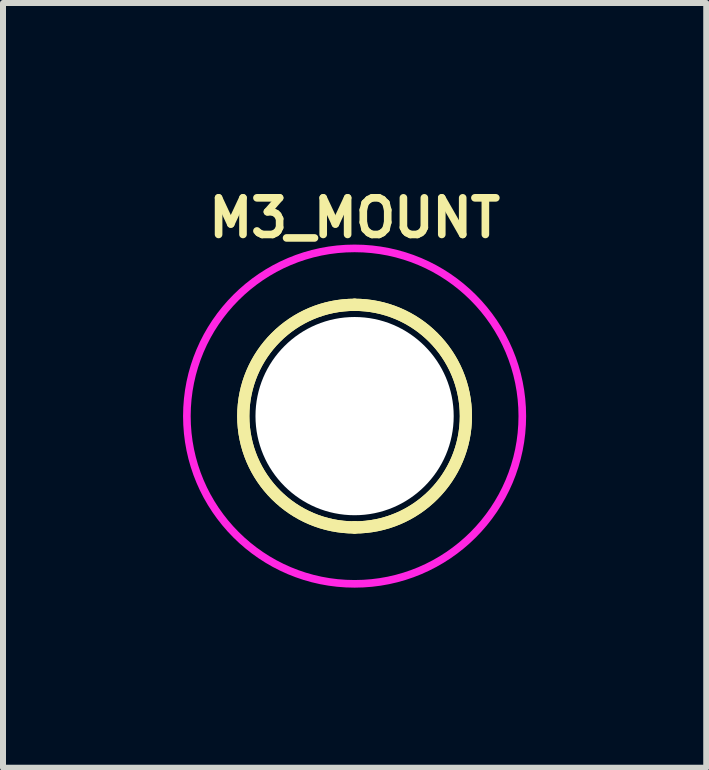
<source format=kicad_pcb>
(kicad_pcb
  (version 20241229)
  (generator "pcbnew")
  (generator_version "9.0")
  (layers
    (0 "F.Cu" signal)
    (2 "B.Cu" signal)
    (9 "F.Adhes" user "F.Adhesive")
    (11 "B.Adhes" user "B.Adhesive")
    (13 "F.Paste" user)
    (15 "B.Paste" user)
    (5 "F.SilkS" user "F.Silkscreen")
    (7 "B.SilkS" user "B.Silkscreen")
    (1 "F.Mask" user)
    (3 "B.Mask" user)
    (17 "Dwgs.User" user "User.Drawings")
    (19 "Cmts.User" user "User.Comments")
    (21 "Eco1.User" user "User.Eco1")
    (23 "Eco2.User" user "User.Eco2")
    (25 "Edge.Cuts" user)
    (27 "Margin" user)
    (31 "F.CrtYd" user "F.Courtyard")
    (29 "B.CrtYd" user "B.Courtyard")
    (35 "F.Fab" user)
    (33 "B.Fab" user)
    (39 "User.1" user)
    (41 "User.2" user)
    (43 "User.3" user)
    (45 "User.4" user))
  (footprint "M3_MOUNT"
    (layer "F.Cu")
    (at 2.857 3.882)
    (property "Reference" "M3_MOUNT" (at 0 -3.302 0) (layer "F.SilkS") (effects (font (size 0.61 0.61) (thickness 0.127))))
    (attr exclude_from_pos_files exclude_from_bom)
    (fp_arc (start 0 -1.8542) (mid 1.8542 0) (end 0 1.8542) (stroke (width 0.2032) (type solid)) (layer "F.SilkS"))
    (fp_arc (start 0 -1.8542) (mid 1.8542 0) (end 0 1.8542) (stroke (width 0.2032) (type solid)) (layer "F.SilkS"))
    (fp_arc (start 0 1.8542) (mid -1.8542 0) (end 0 -1.8542) (stroke (width 0.2032) (type solid)) (layer "F.SilkS"))
    (fp_arc (start 0 1.8542) (mid -1.8542 0) (end 0 -1.8542) (stroke (width 0.2032) (type solid)) (layer "F.SilkS"))
    (fp_circle (center 0 0) (end 0 -2.794) (stroke (width 0.127) (type solid)) (fill no) (layer "F.CrtYd"))
    (pad "" np_thru_hole circle (at 0 0) (size 3.302 3.302) (drill 3.302) (layers "*.Cu" "*.Mask")))
  (gr_rect
    (start -3 -3)
    (end 8.715 9.739)
    (stroke (width 0.1) (type default))
    (fill no)
    (layer "Edge.Cuts")))
</source>
